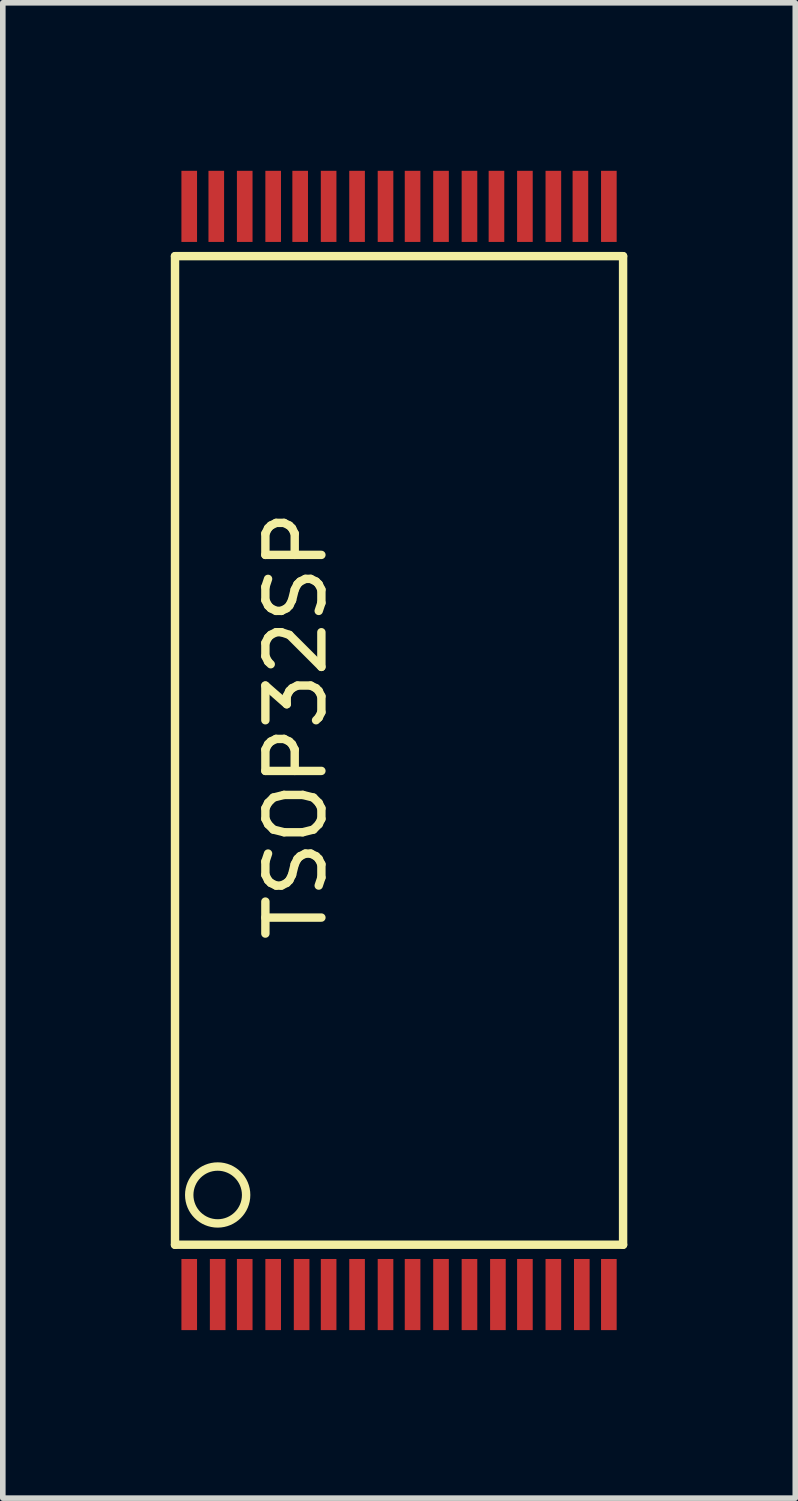
<source format=kicad_pcb>
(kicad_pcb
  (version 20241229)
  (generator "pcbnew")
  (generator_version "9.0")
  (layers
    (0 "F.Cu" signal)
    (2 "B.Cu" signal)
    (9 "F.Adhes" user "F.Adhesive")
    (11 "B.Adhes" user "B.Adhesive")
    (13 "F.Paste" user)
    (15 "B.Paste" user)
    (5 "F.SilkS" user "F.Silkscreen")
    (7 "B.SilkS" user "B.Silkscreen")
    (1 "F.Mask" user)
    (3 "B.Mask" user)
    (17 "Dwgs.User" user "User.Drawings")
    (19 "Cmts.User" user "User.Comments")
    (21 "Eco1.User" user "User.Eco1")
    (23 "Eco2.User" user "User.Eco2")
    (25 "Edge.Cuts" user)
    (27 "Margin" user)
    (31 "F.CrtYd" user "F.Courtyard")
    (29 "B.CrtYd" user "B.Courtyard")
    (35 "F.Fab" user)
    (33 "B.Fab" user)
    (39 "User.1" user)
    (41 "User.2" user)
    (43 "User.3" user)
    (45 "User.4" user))
  (footprint "TSOP32SP"
    (layer "F.Cu")
    (at 4.139 10.414)
    (property "Reference" "TSOP32SP" (at -1.905 -0.508 90) (layer "F.SilkS") (effects (font (size 1 1) (thickness 0.15))))
    (attr smd)
    (fp_line (start -4.064 -8.89) (end 3.937 -8.89) (stroke (width 0.15) (type solid)) (layer "F.SilkS"))
    (fp_line (start -4.064 8.763) (end -4.064 -8.89) (stroke (width 0.15) (type solid)) (layer "F.SilkS"))
    (fp_line (start 3.937 -8.89) (end 3.937 8.763) (stroke (width 0.15) (type solid)) (layer "F.SilkS"))
    (fp_line (start 3.937 8.763) (end -4.064 8.763) (stroke (width 0.15) (type solid)) (layer "F.SilkS"))
    (fp_circle (center -3.302 7.874) (end -3.302 8.382) (stroke (width 0.15) (type solid)) (fill no) (layer "F.SilkS"))
    (pad "1" smd rect (at -3.81 9.652) (size 0.279 1.27) (layers "F.Cu" "F.Mask" "F.Paste"))
    (pad "2" smd rect (at -3.302 9.652) (size 0.279 1.27) (layers "F.Cu" "F.Mask" "F.Paste"))
    (pad "3" smd rect (at -2.819 9.652) (size 0.279 1.27) (layers "F.Cu" "F.Mask" "F.Paste"))
    (pad "4" smd rect (at -2.311 9.652) (size 0.279 1.27) (layers "F.Cu" "F.Mask" "F.Paste"))
    (pad "5" smd rect (at -1.803 9.652) (size 0.279 1.27) (layers "F.Cu" "F.Mask" "F.Paste"))
    (pad "6" smd rect (at -1.321 9.652) (size 0.279 1.27) (layers "F.Cu" "F.Mask" "F.Paste"))
    (pad "7" smd rect (at -0.813 9.652) (size 0.279 1.27) (layers "F.Cu" "F.Mask" "F.Paste"))
    (pad "8" smd rect (at -0.305 9.652) (size 0.279 1.27) (layers "F.Cu" "F.Mask" "F.Paste"))
    (pad "9" smd rect (at 0.178 9.652) (size 0.279 1.27) (layers "F.Cu" "F.Mask" "F.Paste"))
    (pad "10" smd rect (at 0.686 9.652) (size 0.279 1.27) (layers "F.Cu" "F.Mask" "F.Paste"))
    (pad "11" smd rect (at 1.194 9.652) (size 0.279 1.27) (layers "F.Cu" "F.Mask" "F.Paste"))
    (pad "12" smd rect (at 1.702 9.652) (size 0.279 1.27) (layers "F.Cu" "F.Mask" "F.Paste"))
    (pad "13" smd rect (at 2.184 9.652) (size 0.279 1.27) (layers "F.Cu" "F.Mask" "F.Paste"))
    (pad "14" smd rect (at 2.692 9.652) (size 0.279 1.27) (layers "F.Cu" "F.Mask" "F.Paste"))
    (pad "15" smd rect (at 3.2 9.652) (size 0.279 1.27) (layers "F.Cu" "F.Mask" "F.Paste"))
    (pad "16" smd rect (at 3.683 9.652) (size 0.279 1.27) (layers "F.Cu" "F.Mask" "F.Paste"))
    (pad "17" smd rect (at 3.683 -9.779) (size 0.279 1.27) (layers "F.Cu" "F.Mask" "F.Paste"))
    (pad "18" smd rect (at 3.175 -9.779) (size 0.279 1.27) (layers "F.Cu" "F.Mask" "F.Paste"))
    (pad "19" smd rect (at 2.692 -9.779) (size 0.279 1.27) (layers "F.Cu" "F.Mask" "F.Paste"))
    (pad "20" smd rect (at 2.184 -9.779) (size 0.279 1.27) (layers "F.Cu" "F.Mask" "F.Paste"))
    (pad "21" smd rect (at 1.676 -9.779) (size 0.279 1.27) (layers "F.Cu" "F.Mask" "F.Paste"))
    (pad "22" smd rect (at 1.194 -9.779) (size 0.279 1.27) (layers "F.Cu" "F.Mask" "F.Paste"))
    (pad "23" smd rect (at 0.686 -9.779) (size 0.279 1.27) (layers "F.Cu" "F.Mask" "F.Paste"))
    (pad "24" smd rect (at 0.178 -9.779) (size 0.279 1.27) (layers "F.Cu" "F.Mask" "F.Paste"))
    (pad "25" smd rect (at -0.305 -9.779) (size 0.279 1.27) (layers "F.Cu" "F.Mask" "F.Paste"))
    (pad "26" smd rect (at -0.813 -9.779) (size 0.279 1.27) (layers "F.Cu" "F.Mask" "F.Paste"))
    (pad "27" smd rect (at -1.321 -9.779) (size 0.279 1.27) (layers "F.Cu" "F.Mask" "F.Paste"))
    (pad "28" smd rect (at -1.829 -9.779) (size 0.279 1.27) (layers "F.Cu" "F.Mask" "F.Paste"))
    (pad "29" smd rect (at -2.311 -9.779) (size 0.279 1.27) (layers "F.Cu" "F.Mask" "F.Paste"))
    (pad "30" smd rect (at -2.819 -9.779) (size 0.279 1.27) (layers "F.Cu" "F.Mask" "F.Paste"))
    (pad "31" smd rect (at -3.327 -9.779) (size 0.279 1.27) (layers "F.Cu" "F.Mask" "F.Paste"))
    (pad "32" smd rect (at -3.81 -9.779) (size 0.279 1.27) (layers "F.Cu" "F.Mask" "F.Paste")))
  (gr_rect
    (start -3 -3)
    (end 11.151 23.701)
    (stroke (width 0.1) (type default))
    (fill no)
    (layer "Edge.Cuts")))
</source>
